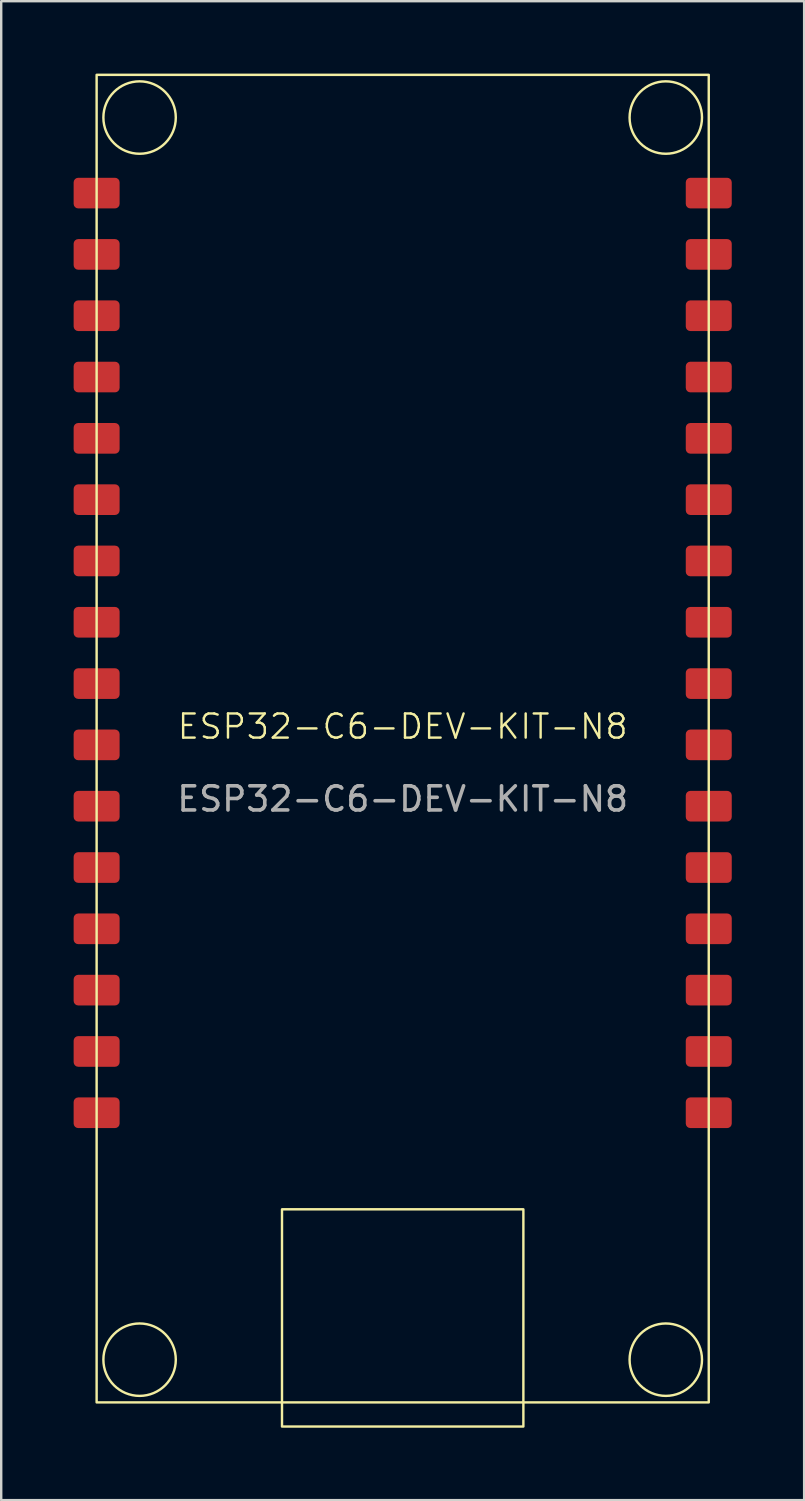
<source format=kicad_pcb>
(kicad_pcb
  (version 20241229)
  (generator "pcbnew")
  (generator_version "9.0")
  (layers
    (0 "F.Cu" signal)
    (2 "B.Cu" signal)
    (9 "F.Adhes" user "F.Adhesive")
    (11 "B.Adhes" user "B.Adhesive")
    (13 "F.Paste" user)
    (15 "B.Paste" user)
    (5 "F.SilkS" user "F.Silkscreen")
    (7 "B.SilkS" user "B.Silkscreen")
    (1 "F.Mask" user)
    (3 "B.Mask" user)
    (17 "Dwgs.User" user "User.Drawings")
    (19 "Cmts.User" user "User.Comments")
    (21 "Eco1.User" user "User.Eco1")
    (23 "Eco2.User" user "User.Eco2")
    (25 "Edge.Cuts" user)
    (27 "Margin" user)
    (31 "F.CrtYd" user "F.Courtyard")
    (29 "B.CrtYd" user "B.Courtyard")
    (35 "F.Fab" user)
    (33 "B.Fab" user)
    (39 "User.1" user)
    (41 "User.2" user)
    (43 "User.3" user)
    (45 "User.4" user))
  (footprint "ESP32-C6-DEV-KIT-N8"
    (layer "F.Cu")
    (at 13.633 27.55)
    (property "Reference" "ESP32-C6-DEV-KIT-N8" (at 0 -0.5 0) (unlocked yes) (layer "F.SilkS") (effects (font (size 1 1) (thickness 0.1))))
    (attr smd)
    (fp_rect (start -12.68 -27.5) (end 12.68 27.5) (stroke (width 0.1) (type solid)) (fill no) (layer "F.SilkS"))
    (fp_rect (start -5 19.5) (end 5 28.5) (stroke (width 0.1) (type solid)) (fill no) (layer "F.SilkS"))
    (fp_circle (center -10.9 -25.73) (end -9.4 -25.73) (stroke (width 0.1) (type solid)) (fill no) (layer "F.SilkS"))
    (fp_circle (center -10.9 25.73) (end -9.4 25.73) (stroke (width 0.1) (type solid)) (fill no) (layer "F.SilkS"))
    (fp_circle (center 10.9 -25.73) (end 12.4 -25.73) (stroke (width 0.1) (type solid)) (fill no) (layer "F.SilkS"))
    (fp_circle (center 10.9 25.73) (end 12.4 25.73) (stroke (width 0.1) (type solid)) (fill no) (layer "F.SilkS"))
    (fp_text user "${REFERENCE}" (at 0 2.5 0) (unlocked yes) (layer "F.Fab") (effects (font (size 1 1) (thickness 0.15))))
    (pad "1" smd roundrect (at -12.68 -22.6) (size 1.905 1.27) (layers "F.Cu" "F.Mask" "F.Paste") (roundrect_rratio 0.15))
    (pad "2" smd roundrect (at -12.68 -20.06) (size 1.905 1.27) (layers "F.Cu" "F.Mask" "F.Paste") (roundrect_rratio 0.15))
    (pad "3" smd roundrect (at -12.68 -17.52) (size 1.905 1.27) (layers "F.Cu" "F.Mask" "F.Paste") (roundrect_rratio 0.15))
    (pad "4" smd roundrect (at -12.68 -14.98) (size 1.905 1.27) (layers "F.Cu" "F.Mask" "F.Paste") (roundrect_rratio 0.15))
    (pad "5" smd roundrect (at -12.68 -12.44) (size 1.905 1.27) (layers "F.Cu" "F.Mask" "F.Paste") (roundrect_rratio 0.15))
    (pad "6" smd roundrect (at -12.68 -9.9) (size 1.905 1.27) (layers "F.Cu" "F.Mask" "F.Paste") (roundrect_rratio 0.15))
    (pad "7" smd roundrect (at -12.68 -7.36) (size 1.905 1.27) (layers "F.Cu" "F.Mask" "F.Paste") (roundrect_rratio 0.15))
    (pad "8" smd roundrect (at -12.68 -4.82) (size 1.905 1.27) (layers "F.Cu" "F.Mask" "F.Paste") (roundrect_rratio 0.15))
    (pad "9" smd roundrect (at -12.68 -2.28) (size 1.905 1.27) (layers "F.Cu" "F.Mask" "F.Paste") (roundrect_rratio 0.15))
    (pad "10" smd roundrect (at -12.68 0.26) (size 1.905 1.27) (layers "F.Cu" "F.Mask" "F.Paste") (roundrect_rratio 0.15))
    (pad "11" smd roundrect (at -12.68 2.8) (size 1.905 1.27) (layers "F.Cu" "F.Mask" "F.Paste") (roundrect_rratio 0.15))
    (pad "12" smd roundrect (at -12.68 5.34) (size 1.905 1.27) (layers "F.Cu" "F.Mask" "F.Paste") (roundrect_rratio 0.15))
    (pad "13" smd roundrect (at -12.68 7.88) (size 1.905 1.27) (layers "F.Cu" "F.Mask" "F.Paste") (roundrect_rratio 0.15))
    (pad "14" smd roundrect (at -12.68 10.42) (size 1.905 1.27) (layers "F.Cu" "F.Mask" "F.Paste") (roundrect_rratio 0.15))
    (pad "15" smd roundrect (at -12.68 12.96) (size 1.905 1.27) (layers "F.Cu" "F.Mask" "F.Paste") (roundrect_rratio 0.15))
    (pad "16" smd roundrect (at -12.68 15.5) (size 1.905 1.27) (layers "F.Cu" "F.Mask" "F.Paste") (roundrect_rratio 0.15))
    (pad "17" smd roundrect (at 12.68 -22.6) (size 1.905 1.27) (layers "F.Cu" "F.Mask" "F.Paste") (roundrect_rratio 0.15))
    (pad "18" smd roundrect (at 12.68 -20.06) (size 1.905 1.27) (layers "F.Cu" "F.Mask" "F.Paste") (roundrect_rratio 0.15))
    (pad "19" smd roundrect (at 12.68 -17.52) (size 1.905 1.27) (layers "F.Cu" "F.Mask" "F.Paste") (roundrect_rratio 0.15))
    (pad "20" smd roundrect (at 12.68 -14.98) (size 1.905 1.27) (layers "F.Cu" "F.Mask" "F.Paste") (roundrect_rratio 0.15))
    (pad "21" smd roundrect (at 12.68 -12.44) (size 1.905 1.27) (layers "F.Cu" "F.Mask" "F.Paste") (roundrect_rratio 0.15))
    (pad "22" smd roundrect (at 12.68 -9.9) (size 1.905 1.27) (layers "F.Cu" "F.Mask" "F.Paste") (roundrect_rratio 0.15))
    (pad "23" smd roundrect (at 12.68 -7.36) (size 1.905 1.27) (layers "F.Cu" "F.Mask" "F.Paste") (roundrect_rratio 0.15))
    (pad "24" smd roundrect (at 12.68 -4.82) (size 1.905 1.27) (layers "F.Cu" "F.Mask" "F.Paste") (roundrect_rratio 0.15))
    (pad "25" smd roundrect (at 12.68 -2.28) (size 1.905 1.27) (layers "F.Cu" "F.Mask" "F.Paste") (roundrect_rratio 0.15))
    (pad "26" smd roundrect (at 12.68 0.26) (size 1.905 1.27) (layers "F.Cu" "F.Mask" "F.Paste") (roundrect_rratio 0.15))
    (pad "27" smd roundrect (at 12.68 5.34) (size 1.905 1.27) (layers "F.Cu" "F.Mask" "F.Paste") (roundrect_rratio 0.15))
    (pad "28" smd roundrect (at 12.68 2.8) (size 1.905 1.27) (layers "F.Cu" "F.Mask" "F.Paste") (roundrect_rratio 0.15))
    (pad "29" smd roundrect (at 12.68 7.88) (size 1.905 1.27) (layers "F.Cu" "F.Mask" "F.Paste") (roundrect_rratio 0.15))
    (pad "30" smd roundrect (at 12.68 10.42) (size 1.905 1.27) (layers "F.Cu" "F.Mask" "F.Paste") (roundrect_rratio 0.15))
    (pad "31" smd roundrect (at 12.68 12.96) (size 1.905 1.27) (layers "F.Cu" "F.Mask" "F.Paste") (roundrect_rratio 0.15))
    (pad "32" smd roundrect (at 12.68 15.5) (size 1.905 1.27) (layers "F.Cu" "F.Mask" "F.Paste") (roundrect_rratio 0.15)))
  (gr_rect
    (start -3 -3)
    (end 30.265 59.1)
    (stroke (width 0.1) (type default))
    (fill no)
    (layer "Edge.Cuts")))
</source>
